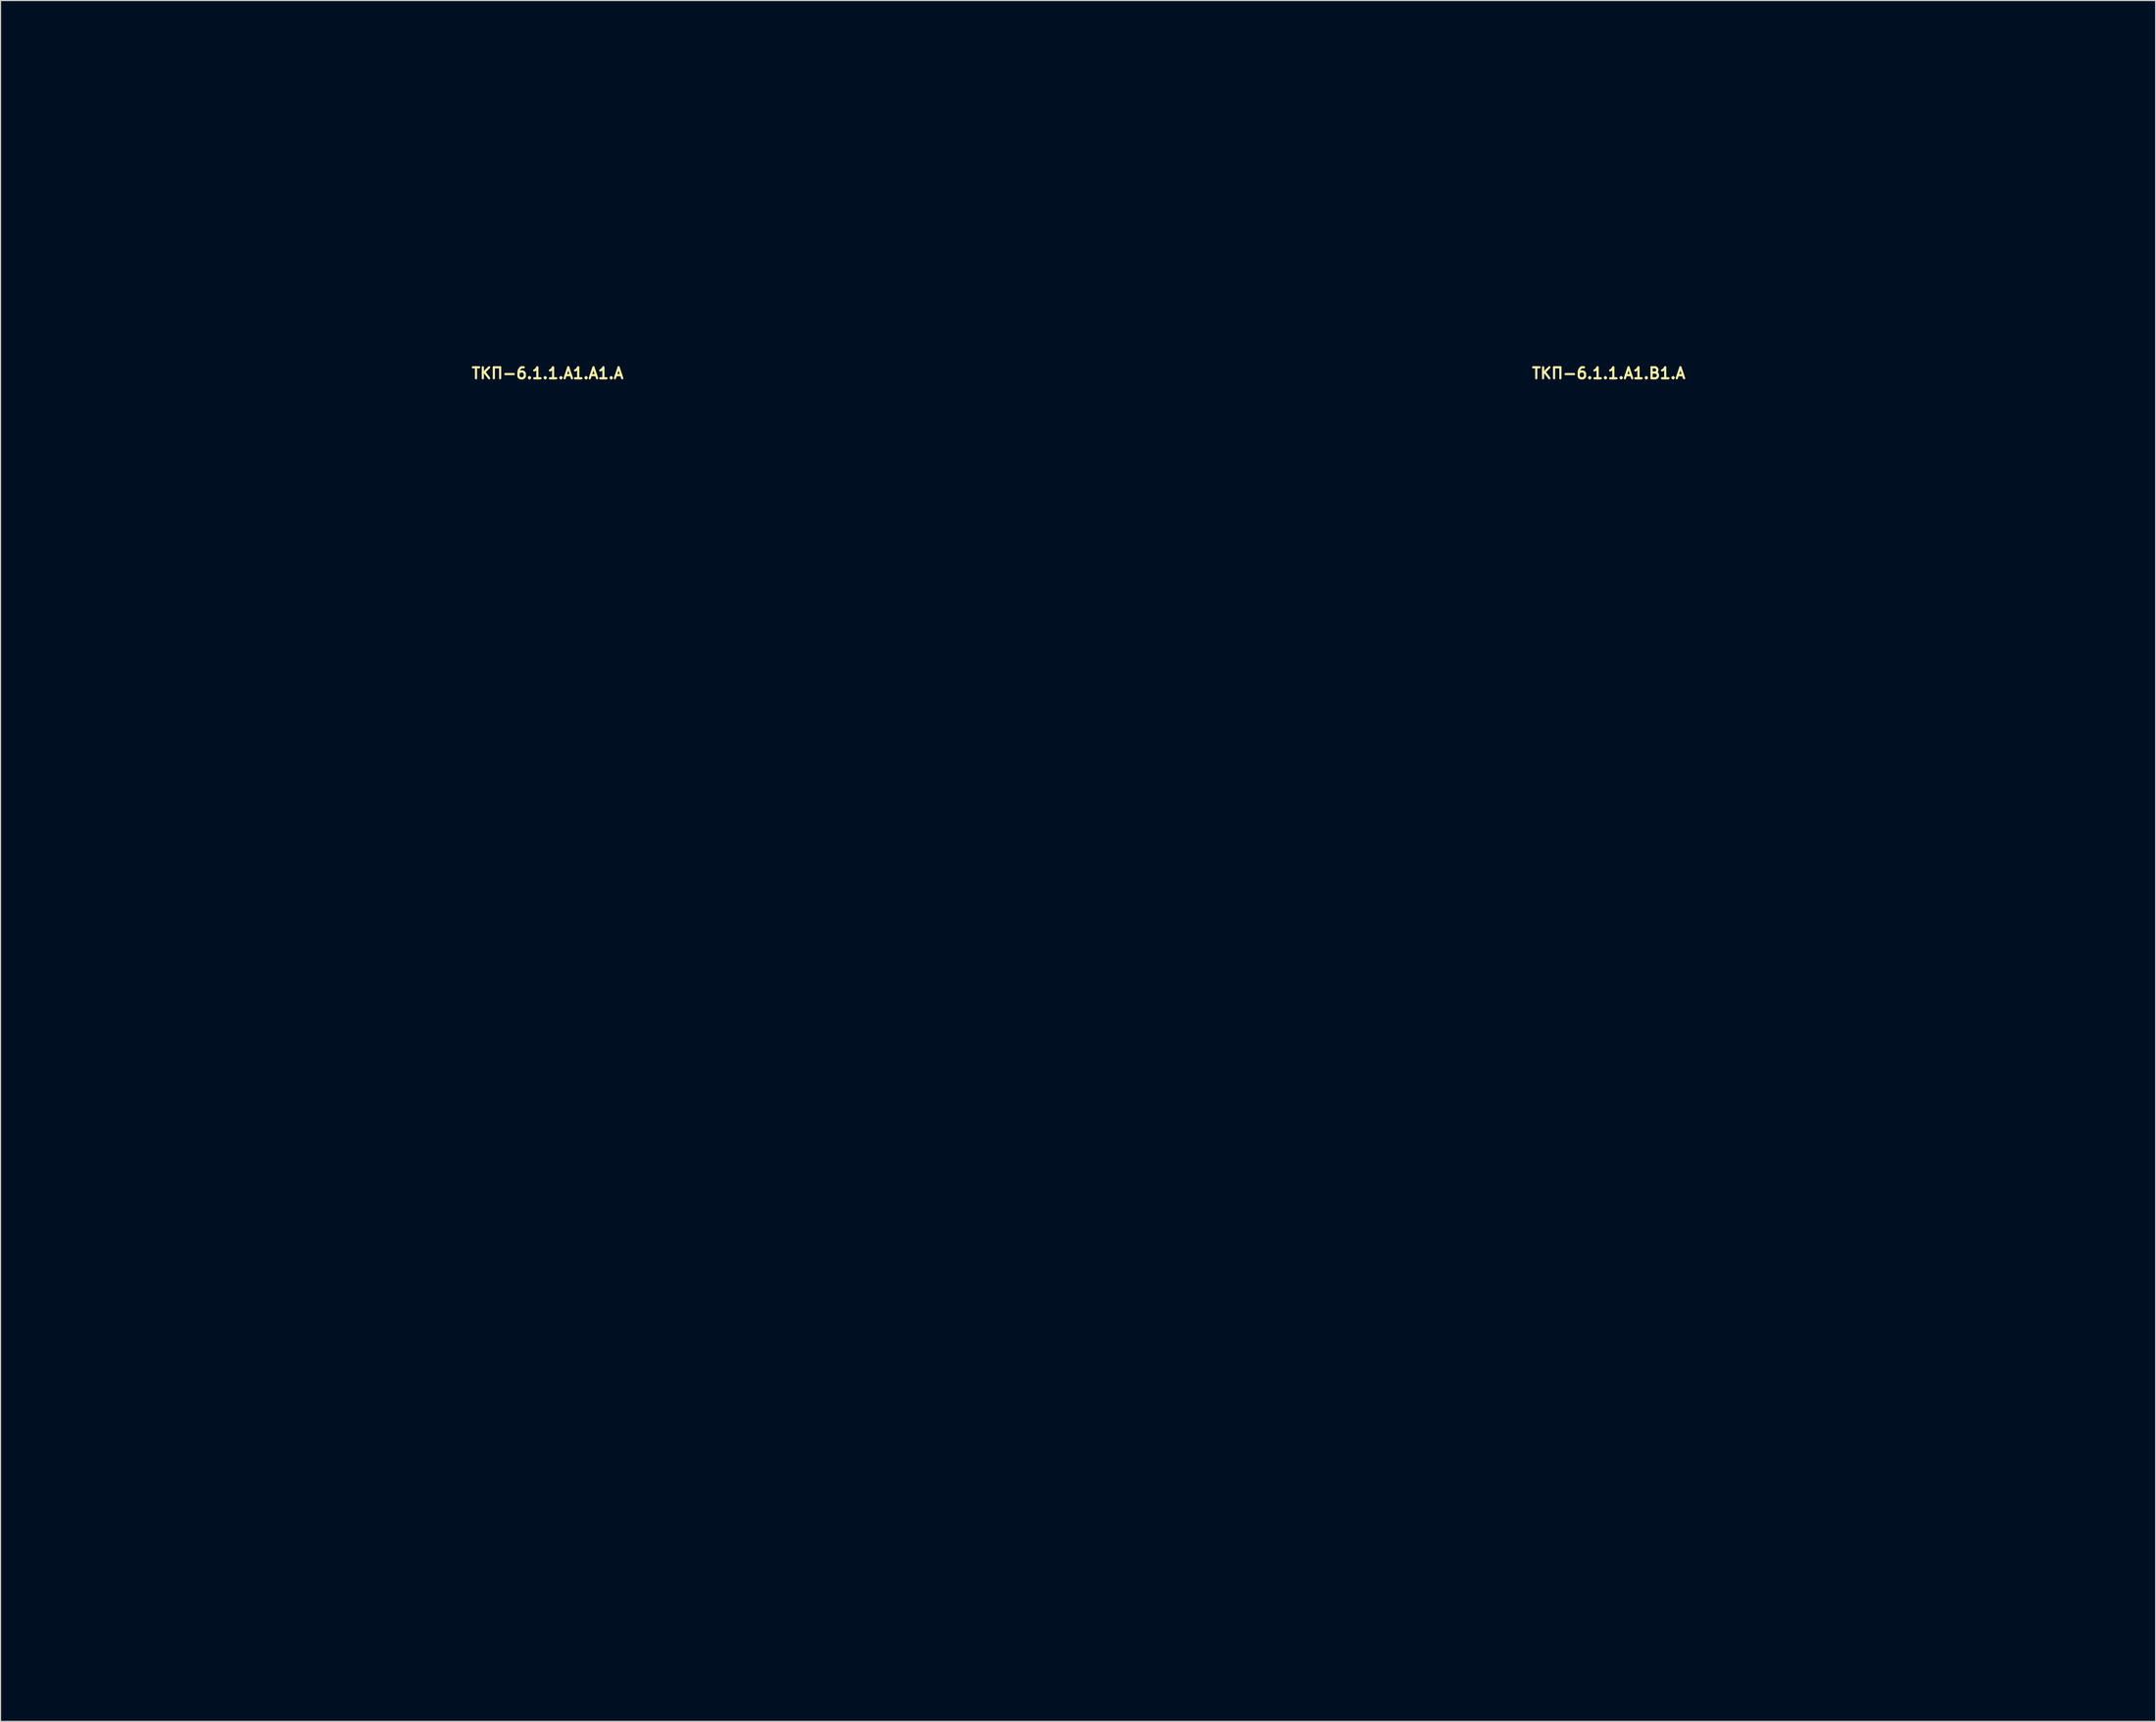
<source format=kicad_pcb>
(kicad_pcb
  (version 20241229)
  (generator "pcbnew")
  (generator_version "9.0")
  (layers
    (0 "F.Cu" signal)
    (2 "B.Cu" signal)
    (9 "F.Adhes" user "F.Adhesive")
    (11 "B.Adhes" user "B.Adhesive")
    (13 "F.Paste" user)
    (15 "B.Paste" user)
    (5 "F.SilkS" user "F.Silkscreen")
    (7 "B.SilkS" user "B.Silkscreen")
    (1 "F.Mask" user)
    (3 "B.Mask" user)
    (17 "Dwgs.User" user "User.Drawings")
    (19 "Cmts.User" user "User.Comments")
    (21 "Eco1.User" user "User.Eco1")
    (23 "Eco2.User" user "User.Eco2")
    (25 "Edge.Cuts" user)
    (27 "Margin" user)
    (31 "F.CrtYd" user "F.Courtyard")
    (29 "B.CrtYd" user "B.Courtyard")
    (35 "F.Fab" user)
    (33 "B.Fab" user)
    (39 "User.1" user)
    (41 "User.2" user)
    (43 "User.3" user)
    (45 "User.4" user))
  (footprint "ТКП-6.1.1.A1.A1.A"
    (layer "F.Cu")
    (at 46.7 90.95)
    (property "Reference" "ТКП-6.1.1.A1.A1.A" (at 0 -60.071 0) (layer "F.SilkS") (effects (font (size 1 1) (thickness 0.2))))
    (attr through_hole)
    (fp_line (start -46.5 -87.65) (end -46.5 -59.25) (stroke (width 0.4) (type solid)) (layer "Eco2.User"))
    (fp_line (start -46.5 -87.65) (end -45 -87.65) (stroke (width 0.4) (type solid)) (layer "Eco2.User"))
    (fp_line (start -46.5 -59.25) (end -46.5 59.25) (stroke (width 0.4) (type solid)) (layer "Eco2.User"))
    (fp_line (start -46.5 -59.25) (end -45 -59.25) (stroke (width 0.4) (type solid)) (layer "Eco2.User"))
    (fp_line (start -46.5 59.25) (end -45 59.25) (stroke (width 0.4) (type solid)) (layer "Eco2.User"))
    (fp_line (start -45 -87.65) (end -45 -59.25) (stroke (width 0.4) (type solid)) (layer "Eco2.User"))
    (fp_line (start -45 -59.25) (end -45 59.25) (stroke (width 0.4) (type solid)) (layer "Eco2.User"))
    (fp_line (start -45 -56.15) (end -44.8 -56.15) (stroke (width 0.4) (type solid)) (layer "Eco2.User"))
    (fp_line (start -45 56.15) (end -44.8 56.15) (stroke (width 0.4) (type solid)) (layer "Eco2.User"))
    (fp_line (start -44.8 -87.65) (end -44.8 -59.25) (stroke (width 0.4) (type solid)) (layer "Eco2.User"))
    (fp_line (start -44.8 -87.65) (end -43.4 -87.65) (stroke (width 0.4) (type solid)) (layer "Eco2.User"))
    (fp_line (start -44.8 -59.25) (end -44.8 -49.65) (stroke (width 0.4) (type solid)) (layer "Eco2.User"))
    (fp_line (start -44.8 -59.25) (end 44.8 -59.25) (stroke (width 0.4) (type solid)) (layer "Eco2.User"))
    (fp_line (start -44.8 49.65) (end -44.8 59.25) (stroke (width 0.4) (type solid)) (layer "Eco2.User"))
    (fp_line (start -44.8 59.25) (end 44.8 59.25) (stroke (width 0.4) (type solid)) (layer "Eco2.User"))
    (fp_line (start -43.4 -90.75) (end -43.4 -87.65) (stroke (width 0.4) (type solid)) (layer "Eco2.User"))
    (fp_line (start -43.4 -90.75) (end 43.4 -90.75) (stroke (width 0.4) (type solid)) (layer "Eco2.User"))
    (fp_line (start -41.7 -46.55) (end -36.9 -46.55) (stroke (width 0.4) (type solid)) (layer "Eco2.User"))
    (fp_line (start -41.7 46.55) (end -36.9 46.55) (stroke (width 0.4) (type solid)) (layer "Eco2.User"))
    (fp_line (start -33.8 -62.975) (end -33.8 -59.25) (stroke (width 0.4) (type solid)) (layer "Eco2.User"))
    (fp_line (start -33.8 -59.25) (end -33.8 -49.65) (stroke (width 0.4) (type solid)) (layer "Eco2.User"))
    (fp_line (start -33.8 -57.75) (end 33.8 -57.75) (stroke (width 0.4) (type solid)) (layer "Eco2.User"))
    (fp_line (start -33.8 49.65) (end -33.8 59.25) (stroke (width 0.4) (type solid)) (layer "Eco2.User"))
    (fp_line (start -33.8 57.75) (end 33.8 57.75) (stroke (width 0.4) (type solid)) (layer "Eco2.User"))
    (fp_line (start -33.05 -62.975) (end -33.05 -59.25) (stroke (width 0.4) (type solid)) (layer "Eco2.User"))
    (fp_line (start -33.05 -59.25) (end -33.05 -57.75) (stroke (width 0.4) (type solid)) (layer "Eco2.User"))
    (fp_line (start -33.05 57.75) (end -33.05 59.25) (stroke (width 0.4) (type solid)) (layer "Eco2.User"))
    (fp_line (start 33.05 -62.975) (end 33.05 -59.25) (stroke (width 0.4) (type solid)) (layer "Eco2.User"))
    (fp_line (start 33.05 -59.25) (end 33.05 -57.75) (stroke (width 0.4) (type solid)) (layer "Eco2.User"))
    (fp_line (start 33.05 57.75) (end 33.05 59.25) (stroke (width 0.4) (type solid)) (layer "Eco2.User"))
    (fp_line (start 33.8 -62.975) (end 33.8 -59.25) (stroke (width 0.4) (type solid)) (layer "Eco2.User"))
    (fp_line (start 33.8 -59.25) (end 33.8 -49.65) (stroke (width 0.4) (type solid)) (layer "Eco2.User"))
    (fp_line (start 33.8 49.65) (end 33.8 59.25) (stroke (width 0.4) (type solid)) (layer "Eco2.User"))
    (fp_line (start 36.9 -46.55) (end 41.7 -46.55) (stroke (width 0.4) (type solid)) (layer "Eco2.User"))
    (fp_line (start 36.9 46.55) (end 41.7 46.55) (stroke (width 0.4) (type solid)) (layer "Eco2.User"))
    (fp_line (start 43.4 -90.75) (end 43.4 -87.65) (stroke (width 0.4) (type solid)) (layer "Eco2.User"))
    (fp_line (start 43.4 -87.65) (end 44.8 -87.65) (stroke (width 0.4) (type solid)) (layer "Eco2.User"))
    (fp_line (start 44.8 -87.65) (end 44.8 -59.25) (stroke (width 0.4) (type solid)) (layer "Eco2.User"))
    (fp_line (start 44.8 -59.25) (end 44.8 -49.65) (stroke (width 0.4) (type solid)) (layer "Eco2.User"))
    (fp_line (start 44.8 -56.15) (end 45 -56.15) (stroke (width 0.4) (type solid)) (layer "Eco2.User"))
    (fp_line (start 44.8 49.65) (end 44.8 59.25) (stroke (width 0.4) (type solid)) (layer "Eco2.User"))
    (fp_line (start 44.8 56.15) (end 45 56.15) (stroke (width 0.4) (type solid)) (layer "Eco2.User"))
    (fp_line (start 45 -87.65) (end 45 -59.25) (stroke (width 0.4) (type solid)) (layer "Eco2.User"))
    (fp_line (start 45 -87.65) (end 46.5 -87.65) (stroke (width 0.4) (type solid)) (layer "Eco2.User"))
    (fp_line (start 45 -59.25) (end 45 59.25) (stroke (width 0.4) (type solid)) (layer "Eco2.User"))
    (fp_line (start 45 -59.25) (end 46.5 -59.25) (stroke (width 0.4) (type solid)) (layer "Eco2.User"))
    (fp_line (start 45 59.25) (end 46.5 59.25) (stroke (width 0.4) (type solid)) (layer "Eco2.User"))
    (fp_line (start 46.5 -87.65) (end 46.5 -59.25) (stroke (width 0.4) (type solid)) (layer "Eco2.User"))
    (fp_line (start 46.5 -59.25) (end 46.5 59.25) (stroke (width 0.4) (type solid)) (layer "Eco2.User"))
    (fp_arc (start -46.5 -87.65) (mid -45.592031 -89.842031) (end -43.4 -90.75) (stroke (width 0.4) (type solid)) (layer "Eco2.User"))
    (fp_arc (start -45 -87.65) (mid -44.531371 -88.781371) (end -43.4 -89.25) (stroke (width 0.4) (type solid)) (layer "Eco2.User"))
    (fp_arc (start -44.8 49.65) (mid -43.892031 47.457969) (end -41.7 46.55) (stroke (width 0.4) (type solid)) (layer "Eco2.User"))
    (fp_arc (start -41.7 -46.55) (mid -43.892031 -47.457969) (end -44.8 -49.65) (stroke (width 0.4) (type solid)) (layer "Eco2.User"))
    (fp_arc (start -36.9 46.55) (mid -34.707969 47.457969) (end -33.8 49.65) (stroke (width 0.4) (type solid)) (layer "Eco2.User"))
    (fp_arc (start -33.8 -62.975) (mid -33.425 -63.35) (end -33.05 -62.975) (stroke (width 0.4) (type solid)) (layer "Eco2.User"))
    (fp_arc (start -33.8 -49.65) (mid -34.707969 -47.457969) (end -36.9 -46.55) (stroke (width 0.4) (type solid)) (layer "Eco2.User"))
    (fp_arc (start 33.05 -62.975) (mid 33.425 -63.35) (end 33.8 -62.975) (stroke (width 0.4) (type solid)) (layer "Eco2.User"))
    (fp_arc (start 33.8 49.65) (mid 34.707969 47.457969) (end 36.9 46.55) (stroke (width 0.4) (type solid)) (layer "Eco2.User"))
    (fp_arc (start 36.9 -46.55) (mid 34.707969 -47.457969) (end 33.8 -49.65) (stroke (width 0.4) (type solid)) (layer "Eco2.User"))
    (fp_arc (start 41.7 46.55) (mid 43.892031 47.457969) (end 44.8 49.65) (stroke (width 0.4) (type solid)) (layer "Eco2.User"))
    (fp_arc (start 43.4 -90.75) (mid 45.592031 -89.842031) (end 46.5 -87.65) (stroke (width 0.4) (type solid)) (layer "Eco2.User"))
    (fp_arc (start 43.4 -89.25) (mid 44.531371 -88.781371) (end 45 -87.65) (stroke (width 0.4) (type solid)) (layer "Eco2.User"))
    (fp_arc (start 44.8 -49.65) (mid 43.892031 -47.457969) (end 41.7 -46.55) (stroke (width 0.4) (type solid)) (layer "Eco2.User"))
    (fp_circle (center -38.6 -51.35) (end -37.1 -51.35) (stroke (width 0.4) (type solid)) (fill no) (layer "Eco2.User"))
    (fp_circle (center -38.6 -51.35) (end -36.475 -51.35) (stroke (width 0.4) (type solid)) (fill no) (layer "Eco2.User"))
    (fp_circle (center -38.6 51.35) (end -37.1 51.35) (stroke (width 0.4) (type solid)) (fill no) (layer "Eco2.User"))
    (fp_circle (center -38.6 51.35) (end -36.475 51.35) (stroke (width 0.4) (type solid)) (fill no) (layer "Eco2.User"))
    (fp_circle (center -19.05 -73.75) (end -11.55 -73.75) (stroke (width 0.4) (type solid)) (fill no) (layer "Eco2.User"))
    (fp_circle (center 0 -72.75) (end 5.5 -72.75) (stroke (width 0.4) (type solid)) (fill no) (layer "Eco2.User"))
    (fp_circle (center 19.05 -73.75) (end 26.55 -73.75) (stroke (width 0.4) (type solid)) (fill no) (layer "Eco2.User"))
    (fp_circle (center 38.6 -51.35) (end 40.1 -51.35) (stroke (width 0.4) (type solid)) (fill no) (layer "Eco2.User"))
    (fp_circle (center 38.6 -51.35) (end 40.725 -51.35) (stroke (width 0.4) (type solid)) (fill no) (layer "Eco2.User"))
    (fp_circle (center 38.6 51.35) (end 40.1 51.35) (stroke (width 0.4) (type solid)) (fill no) (layer "Eco2.User"))
    (fp_circle (center 38.6 51.35) (end 40.725 51.35) (stroke (width 0.4) (type solid)) (fill no) (layer "Eco2.User")))
  (footprint "ТКП-6.1.1.A1.B1.A"
    (layer "F.Cu")
    (at 143.1 90.95)
    (property "Reference" "ТКП-6.1.1.A1.B1.A" (at 0 -60.071 0) (layer "F.SilkS") (effects (font (size 1 1) (thickness 0.2))))
    (attr through_hole)
    (fp_line (start -46.5 -87.65) (end -46.5 -59.25) (stroke (width 0.4) (type solid)) (layer "Eco2.User"))
    (fp_line (start -46.5 -87.65) (end -45 -87.65) (stroke (width 0.4) (type solid)) (layer "Eco2.User"))
    (fp_line (start -46.5 -59.25) (end -46.5 59.25) (stroke (width 0.4) (type solid)) (layer "Eco2.User"))
    (fp_line (start -46.5 -59.25) (end -45 -59.25) (stroke (width 0.4) (type solid)) (layer "Eco2.User"))
    (fp_line (start -46.5 59.25) (end -45 59.25) (stroke (width 0.4) (type solid)) (layer "Eco2.User"))
    (fp_line (start -45 -87.65) (end -45 -59.25) (stroke (width 0.4) (type solid)) (layer "Eco2.User"))
    (fp_line (start -45 -59.25) (end -45 59.25) (stroke (width 0.4) (type solid)) (layer "Eco2.User"))
    (fp_line (start -45 -56.15) (end -44.8 -56.15) (stroke (width 0.4) (type solid)) (layer "Eco2.User"))
    (fp_line (start -45 56.15) (end -44.8 56.15) (stroke (width 0.4) (type solid)) (layer "Eco2.User"))
    (fp_line (start -44.8 -87.65) (end -44.8 -59.25) (stroke (width 0.4) (type solid)) (layer "Eco2.User"))
    (fp_line (start -44.8 -87.65) (end -43.4 -87.65) (stroke (width 0.4) (type solid)) (layer "Eco2.User"))
    (fp_line (start -44.8 -59.25) (end -44.8 -49.65) (stroke (width 0.4) (type solid)) (layer "Eco2.User"))
    (fp_line (start -44.8 -59.25) (end 44.8 -59.25) (stroke (width 0.4) (type solid)) (layer "Eco2.User"))
    (fp_line (start -44.8 49.65) (end -44.8 59.25) (stroke (width 0.4) (type solid)) (layer "Eco2.User"))
    (fp_line (start -44.8 59.25) (end 44.8 59.25) (stroke (width 0.4) (type solid)) (layer "Eco2.User"))
    (fp_line (start -43.4 -90.75) (end -43.4 -87.65) (stroke (width 0.4) (type solid)) (layer "Eco2.User"))
    (fp_line (start -43.4 -90.75) (end 43.4 -90.75) (stroke (width 0.4) (type solid)) (layer "Eco2.User"))
    (fp_line (start -41.7 -46.55) (end -36.9 -46.55) (stroke (width 0.4) (type solid)) (layer "Eco2.User"))
    (fp_line (start -41.7 46.55) (end -36.9 46.55) (stroke (width 0.4) (type solid)) (layer "Eco2.User"))
    (fp_line (start -33.8 -62.975) (end -33.8 -59.25) (stroke (width 0.4) (type solid)) (layer "Eco2.User"))
    (fp_line (start -33.8 -59.25) (end -33.8 -49.65) (stroke (width 0.4) (type solid)) (layer "Eco2.User"))
    (fp_line (start -33.8 -57.75) (end 33.8 -57.75) (stroke (width 0.4) (type solid)) (layer "Eco2.User"))
    (fp_line (start -33.8 49.65) (end -33.8 59.25) (stroke (width 0.4) (type solid)) (layer "Eco2.User"))
    (fp_line (start -33.8 57.75) (end 33.8 57.75) (stroke (width 0.4) (type solid)) (layer "Eco2.User"))
    (fp_line (start -33.05 -62.975) (end -33.05 -59.25) (stroke (width 0.4) (type solid)) (layer "Eco2.User"))
    (fp_line (start -33.05 -59.25) (end -33.05 -57.75) (stroke (width 0.4) (type solid)) (layer "Eco2.User"))
    (fp_line (start -33.05 57.75) (end -33.05 59.25) (stroke (width 0.4) (type solid)) (layer "Eco2.User"))
    (fp_line (start 33.05 -62.975) (end 33.05 -59.25) (stroke (width 0.4) (type solid)) (layer "Eco2.User"))
    (fp_line (start 33.05 -59.25) (end 33.05 -57.75) (stroke (width 0.4) (type solid)) (layer "Eco2.User"))
    (fp_line (start 33.05 57.75) (end 33.05 59.25) (stroke (width 0.4) (type solid)) (layer "Eco2.User"))
    (fp_line (start 33.8 -62.975) (end 33.8 -59.25) (stroke (width 0.4) (type solid)) (layer "Eco2.User"))
    (fp_line (start 33.8 -59.25) (end 33.8 -49.65) (stroke (width 0.4) (type solid)) (layer "Eco2.User"))
    (fp_line (start 33.8 49.65) (end 33.8 59.25) (stroke (width 0.4) (type solid)) (layer "Eco2.User"))
    (fp_line (start 36.9 -46.55) (end 41.7 -46.55) (stroke (width 0.4) (type solid)) (layer "Eco2.User"))
    (fp_line (start 36.9 46.55) (end 41.7 46.55) (stroke (width 0.4) (type solid)) (layer "Eco2.User"))
    (fp_line (start 43.4 -90.75) (end 43.4 -87.65) (stroke (width 0.4) (type solid)) (layer "Eco2.User"))
    (fp_line (start 43.4 -87.65) (end 44.8 -87.65) (stroke (width 0.4) (type solid)) (layer "Eco2.User"))
    (fp_line (start 44.8 -87.65) (end 44.8 -59.25) (stroke (width 0.4) (type solid)) (layer "Eco2.User"))
    (fp_line (start 44.8 -59.25) (end 44.8 -49.65) (stroke (width 0.4) (type solid)) (layer "Eco2.User"))
    (fp_line (start 44.8 -56.15) (end 45 -56.15) (stroke (width 0.4) (type solid)) (layer "Eco2.User"))
    (fp_line (start 44.8 49.65) (end 44.8 59.25) (stroke (width 0.4) (type solid)) (layer "Eco2.User"))
    (fp_line (start 44.8 56.15) (end 45 56.15) (stroke (width 0.4) (type solid)) (layer "Eco2.User"))
    (fp_line (start 45 -87.65) (end 45 -59.25) (stroke (width 0.4) (type solid)) (layer "Eco2.User"))
    (fp_line (start 45 -87.65) (end 46.5 -87.65) (stroke (width 0.4) (type solid)) (layer "Eco2.User"))
    (fp_line (start 45 -59.25) (end 45 59.25) (stroke (width 0.4) (type solid)) (layer "Eco2.User"))
    (fp_line (start 45 -59.25) (end 46.5 -59.25) (stroke (width 0.4) (type solid)) (layer "Eco2.User"))
    (fp_line (start 45 59.25) (end 46.5 59.25) (stroke (width 0.4) (type solid)) (layer "Eco2.User"))
    (fp_line (start 46.5 -87.65) (end 46.5 -59.25) (stroke (width 0.4) (type solid)) (layer "Eco2.User"))
    (fp_line (start 46.5 -59.25) (end 46.5 59.25) (stroke (width 0.4) (type solid)) (layer "Eco2.User"))
    (fp_arc (start -46.5 -87.65) (mid -45.592031 -89.842031) (end -43.4 -90.75) (stroke (width 0.4) (type solid)) (layer "Eco2.User"))
    (fp_arc (start -45 -87.65) (mid -44.531371 -88.781371) (end -43.4 -89.25) (stroke (width 0.4) (type solid)) (layer "Eco2.User"))
    (fp_arc (start -44.8 49.65) (mid -43.892031 47.457969) (end -41.7 46.55) (stroke (width 0.4) (type solid)) (layer "Eco2.User"))
    (fp_arc (start -41.7 -46.55) (mid -43.892031 -47.457969) (end -44.8 -49.65) (stroke (width 0.4) (type solid)) (layer "Eco2.User"))
    (fp_arc (start -36.9 46.55) (mid -34.707969 47.457969) (end -33.8 49.65) (stroke (width 0.4) (type solid)) (layer "Eco2.User"))
    (fp_arc (start -33.8 -62.975) (mid -33.425 -63.35) (end -33.05 -62.975) (stroke (width 0.4) (type solid)) (layer "Eco2.User"))
    (fp_arc (start -33.8 -49.65) (mid -34.707969 -47.457969) (end -36.9 -46.55) (stroke (width 0.4) (type solid)) (layer "Eco2.User"))
    (fp_arc (start 33.05 -62.975) (mid 33.425 -63.35) (end 33.8 -62.975) (stroke (width 0.4) (type solid)) (layer "Eco2.User"))
    (fp_arc (start 33.8 49.65) (mid 34.707969 47.457969) (end 36.9 46.55) (stroke (width 0.4) (type solid)) (layer "Eco2.User"))
    (fp_arc (start 36.9 -46.55) (mid 34.707969 -47.457969) (end 33.8 -49.65) (stroke (width 0.4) (type solid)) (layer "Eco2.User"))
    (fp_arc (start 41.7 46.55) (mid 43.892031 47.457969) (end 44.8 49.65) (stroke (width 0.4) (type solid)) (layer "Eco2.User"))
    (fp_arc (start 43.4 -90.75) (mid 45.592031 -89.842031) (end 46.5 -87.65) (stroke (width 0.4) (type solid)) (layer "Eco2.User"))
    (fp_arc (start 43.4 -89.25) (mid 44.531371 -88.781371) (end 45 -87.65) (stroke (width 0.4) (type solid)) (layer "Eco2.User"))
    (fp_arc (start 44.8 -49.65) (mid 43.892031 -47.457969) (end 41.7 -46.55) (stroke (width 0.4) (type solid)) (layer "Eco2.User"))
    (fp_circle (center -38.6 -51.35) (end -37.1 -51.35) (stroke (width 0.4) (type solid)) (fill no) (layer "Eco2.User"))
    (fp_circle (center -38.6 -51.35) (end -36.475 -51.35) (stroke (width 0.4) (type solid)) (fill no) (layer "Eco2.User"))
    (fp_circle (center -38.6 51.35) (end -37.1 51.35) (stroke (width 0.4) (type solid)) (fill no) (layer "Eco2.User"))
    (fp_circle (center -38.6 51.35) (end -36.475 51.35) (stroke (width 0.4) (type solid)) (fill no) (layer "Eco2.User"))
    (fp_circle (center -19.05 -71.75) (end -11.55 -71.75) (stroke (width 0.4) (type solid)) (fill no) (layer "Eco2.User"))
    (fp_circle (center 0 -70.75) (end 5.5 -70.75) (stroke (width 0.4) (type solid)) (fill no) (layer "Eco2.User"))
    (fp_circle (center 19.05 -71.75) (end 26.55 -71.75) (stroke (width 0.4) (type solid)) (fill no) (layer "Eco2.User"))
    (fp_circle (center 38.6 -51.35) (end 40.1 -51.35) (stroke (width 0.4) (type solid)) (fill no) (layer "Eco2.User"))
    (fp_circle (center 38.6 -51.35) (end 40.725 -51.35) (stroke (width 0.4) (type solid)) (fill no) (layer "Eco2.User"))
    (fp_circle (center 38.6 51.35) (end 40.1 51.35) (stroke (width 0.4) (type solid)) (fill no) (layer "Eco2.User"))
    (fp_circle (center 38.6 51.35) (end 40.725 51.35) (stroke (width 0.4) (type solid)) (fill no) (layer "Eco2.User")))
  (gr_rect
    (start -3 -3)
    (end 192.8 153.4)
    (stroke (width 0.1) (type default))
    (fill no)
    (layer "Edge.Cuts")))
</source>
